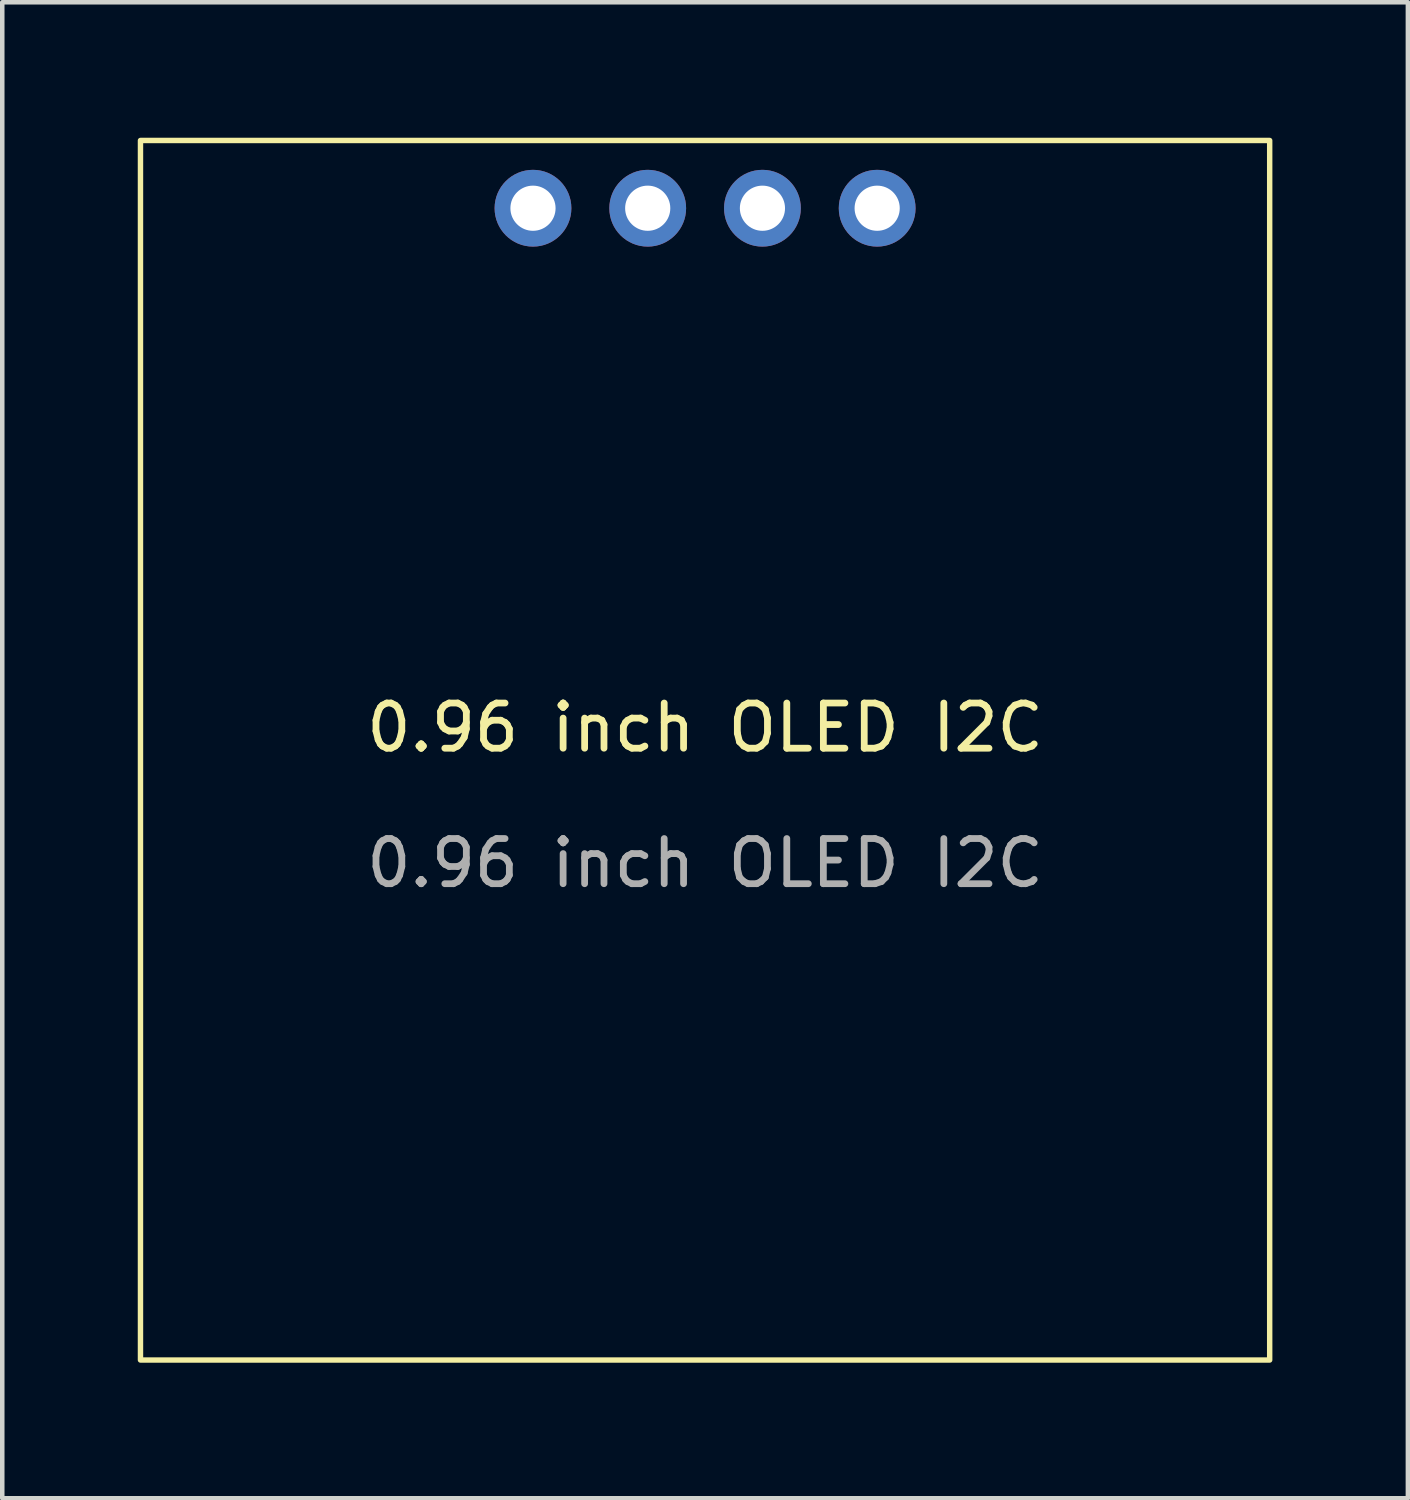
<source format=kicad_pcb>
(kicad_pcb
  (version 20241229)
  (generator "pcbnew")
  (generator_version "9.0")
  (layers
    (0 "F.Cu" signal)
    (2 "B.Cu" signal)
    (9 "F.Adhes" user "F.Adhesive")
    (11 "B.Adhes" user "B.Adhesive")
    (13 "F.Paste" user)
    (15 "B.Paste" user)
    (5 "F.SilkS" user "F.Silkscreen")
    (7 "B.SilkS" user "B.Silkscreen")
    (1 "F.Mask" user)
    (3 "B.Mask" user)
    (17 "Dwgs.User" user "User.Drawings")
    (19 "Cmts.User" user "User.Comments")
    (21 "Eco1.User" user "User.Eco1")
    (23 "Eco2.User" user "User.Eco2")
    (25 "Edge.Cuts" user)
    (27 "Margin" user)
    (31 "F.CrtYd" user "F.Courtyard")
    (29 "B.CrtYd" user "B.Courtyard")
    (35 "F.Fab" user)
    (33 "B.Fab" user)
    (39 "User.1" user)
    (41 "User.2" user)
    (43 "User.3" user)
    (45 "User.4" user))
  (footprint "0.96 inch OLED I2C"
    (layer "F.Cu")
    (at 12.56 13.56)
    (property "Reference" "0.96 inch OLED I2C" (at 0 -0.5 0) (unlocked yes) (layer "F.SilkS") (effects (font (size 1 1) (thickness 0.15))))
    (attr through_hole)
    (fp_rect (start -12.5 -13.5) (end 12.5 13.5) (stroke (width 0.12) (type solid)) (fill no) (layer "F.SilkS"))
    (fp_text user "${REFERENCE}" (at 0 2.5 0) (unlocked yes) (layer "F.Fab") (effects (font (size 1 1) (thickness 0.15))))
    (pad "1" thru_hole circle (at 3.81 -12) (size 1.7 1.7) (drill 1) (layers "*.Cu" "*.Mask"))
    (pad "2" thru_hole circle (at 1.27 -12) (size 1.7 1.7) (drill 1) (layers "*.Cu" "*.Mask"))
    (pad "3" thru_hole circle (at -1.27 -12) (size 1.7 1.7) (drill 1) (layers "*.Cu" "*.Mask"))
    (pad "4" thru_hole circle (at -3.81 -12) (size 1.7 1.7) (drill 1) (layers "*.Cu" "*.Mask")))
  (gr_rect
    (start -3 -3)
    (end 28.12 30.12)
    (stroke (width 0.1) (type default))
    (fill no)
    (layer "Edge.Cuts")))
</source>
